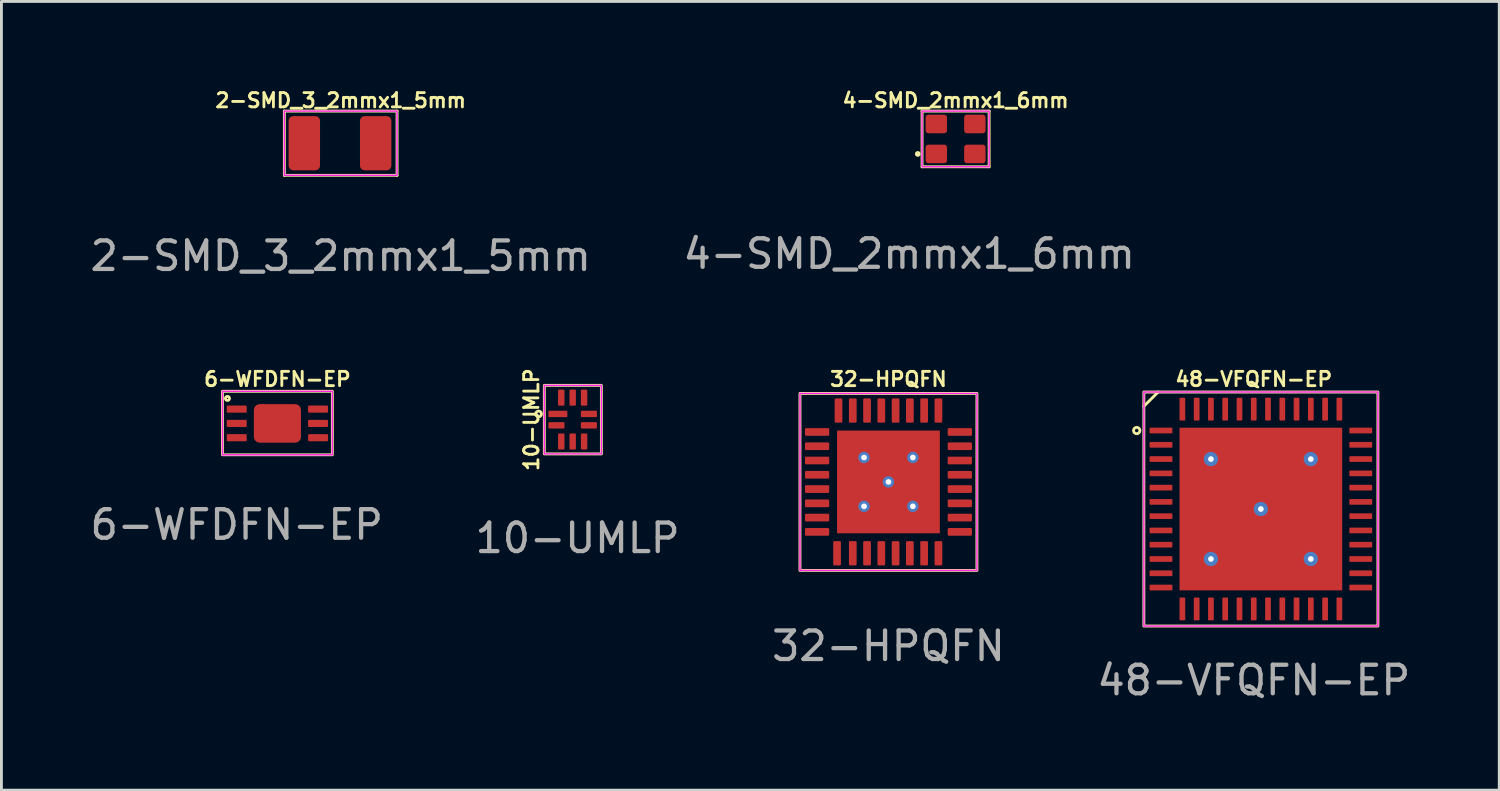
<source format=kicad_pcb>
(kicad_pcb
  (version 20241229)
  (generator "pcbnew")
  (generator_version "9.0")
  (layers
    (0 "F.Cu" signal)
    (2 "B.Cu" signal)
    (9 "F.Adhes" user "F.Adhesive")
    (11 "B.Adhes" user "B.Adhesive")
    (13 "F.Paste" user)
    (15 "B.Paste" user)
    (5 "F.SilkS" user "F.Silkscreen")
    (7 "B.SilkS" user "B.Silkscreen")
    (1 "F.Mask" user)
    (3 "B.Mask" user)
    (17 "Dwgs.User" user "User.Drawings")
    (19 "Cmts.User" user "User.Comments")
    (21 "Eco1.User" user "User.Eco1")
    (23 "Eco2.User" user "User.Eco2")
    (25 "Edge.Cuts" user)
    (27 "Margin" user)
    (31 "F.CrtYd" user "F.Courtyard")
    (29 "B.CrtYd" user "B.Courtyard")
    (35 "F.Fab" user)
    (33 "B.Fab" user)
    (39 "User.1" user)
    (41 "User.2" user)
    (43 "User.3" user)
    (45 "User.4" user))
  (footprint "32-HPQFN"
    (layer "F.Cu")
    (at 28.077 13.834)
    (property "Reference" "32-HPQFN" (at 0 -3.6 0) (unlocked yes) (layer "F.SilkS") (effects (font (size 0.5 0.5) (thickness 0.1))))
    (attr smd)
    (fp_rect (start -3.1 -3.1) (end 3.1 3.1) (stroke (width 0.1) (type default)) (fill no) (layer "F.SilkS"))
    (fp_rect (start -1.575 -1.575) (end -0.135 -0.135) (stroke (width 0.1) (type solid)) (fill yes) (layer "F.Paste"))
    (fp_rect (start -1.575 0.135) (end -0.135 1.575) (stroke (width 0.1) (type solid)) (fill yes) (layer "F.Paste"))
    (fp_rect (start 0.135 -1.575) (end 1.575 -0.135) (stroke (width 0.1) (type solid)) (fill yes) (layer "F.Paste"))
    (fp_rect (start 0.135 0.135) (end 1.575 1.575) (stroke (width 0.1) (type solid)) (fill yes) (layer "F.Paste"))
    (fp_rect (start -3.1 -3.1) (end 3.1 3.1) (stroke (width 0.05) (type default)) (fill no) (layer "F.CrtYd"))
    (fp_text user "${REFERENCE}" (at 0 5.75 0) (unlocked yes) (layer "F.Fab") (effects (font (size 1 1) (thickness 0.15))))
    (pad "1" smd roundrect (at -2.5 -1.75 90) (size 0.27 0.85) (layers "F.Cu" "F.Mask" "F.Paste") (roundrect_rratio 0.15))
    (pad "2" smd roundrect (at -2.5 -1.25 90) (size 0.27 0.85) (layers "F.Cu" "F.Mask" "F.Paste") (roundrect_rratio 0.15))
    (pad "3" smd roundrect (at -2.5 -0.75 90) (size 0.27 0.85) (layers "F.Cu" "F.Mask" "F.Paste") (roundrect_rratio 0.15))
    (pad "4" smd roundrect (at -2.5 -0.25 90) (size 0.27 0.85) (layers "F.Cu" "F.Mask" "F.Paste") (roundrect_rratio 0.15))
    (pad "5" smd roundrect (at -2.5 0.25 90) (size 0.27 0.85) (layers "F.Cu" "F.Mask" "F.Paste") (roundrect_rratio 0.15))
    (pad "6" smd roundrect (at -2.5 0.75 90) (size 0.27 0.85) (layers "F.Cu" "F.Mask" "F.Paste") (roundrect_rratio 0.15))
    (pad "7" smd roundrect (at -2.5 1.25 90) (size 0.27 0.85) (layers "F.Cu" "F.Mask" "F.Paste") (roundrect_rratio 0.15))
    (pad "8" smd roundrect (at -2.5 1.75 90) (size 0.27 0.85) (layers "F.Cu" "F.Mask" "F.Paste") (roundrect_rratio 0.15))
    (pad "9" smd roundrect (at -1.8 2.5 180) (size 0.27 0.85) (layers "F.Cu" "F.Mask" "F.Paste") (roundrect_rratio 0.15))
    (pad "10" smd roundrect (at -1.25 2.5 180) (size 0.27 0.85) (layers "F.Cu" "F.Mask" "F.Paste") (roundrect_rratio 0.15))
    (pad "11" smd roundrect (at -0.75 2.5 180) (size 0.27 0.85) (layers "F.Cu" "F.Mask" "F.Paste") (roundrect_rratio 0.15))
    (pad "12" smd roundrect (at -0.25 2.5 180) (size 0.27 0.85) (layers "F.Cu" "F.Mask" "F.Paste") (roundrect_rratio 0.15))
    (pad "13" smd roundrect (at 0.25 2.5 180) (size 0.27 0.85) (layers "F.Cu" "F.Mask" "F.Paste") (roundrect_rratio 0.15))
    (pad "14" smd roundrect (at 0.75 2.5 180) (size 0.27 0.85) (layers "F.Cu" "F.Mask" "F.Paste") (roundrect_rratio 0.15))
    (pad "15" smd roundrect (at 1.25 2.5 180) (size 0.27 0.85) (layers "F.Cu" "F.Mask" "F.Paste") (roundrect_rratio 0.15))
    (pad "16" smd roundrect (at 1.75 2.5 180) (size 0.27 0.85) (layers "F.Cu" "F.Mask" "F.Paste") (roundrect_rratio 0.15))
    (pad "17" smd roundrect (at 2.5 1.75 270) (size 0.27 0.85) (layers "F.Cu" "F.Mask" "F.Paste") (roundrect_rratio 0.15))
    (pad "18" smd roundrect (at 2.5 1.25 270) (size 0.27 0.85) (layers "F.Cu" "F.Mask" "F.Paste") (roundrect_rratio 0.15))
    (pad "19" smd roundrect (at 2.5 0.75 270) (size 0.27 0.85) (layers "F.Cu" "F.Mask" "F.Paste") (roundrect_rratio 0.15))
    (pad "20" smd roundrect (at 2.5 0.25 270) (size 0.27 0.85) (layers "F.Cu" "F.Mask" "F.Paste") (roundrect_rratio 0.15))
    (pad "21" smd roundrect (at 2.5 -0.25 270) (size 0.27 0.85) (layers "F.Cu" "F.Mask" "F.Paste") (roundrect_rratio 0.15))
    (pad "22" smd roundrect (at 2.5 -0.75 270) (size 0.27 0.85) (layers "F.Cu" "F.Mask" "F.Paste") (roundrect_rratio 0.15))
    (pad "23" smd roundrect (at 2.5 -1.25 270) (size 0.27 0.85) (layers "F.Cu" "F.Mask" "F.Paste") (roundrect_rratio 0.15))
    (pad "24" smd roundrect (at 2.5 -1.75 270) (size 0.27 0.85) (layers "F.Cu" "F.Mask" "F.Paste") (roundrect_rratio 0.15))
    (pad "25" smd roundrect (at 1.75 -2.5) (size 0.27 0.85) (layers "F.Cu" "F.Mask" "F.Paste") (roundrect_rratio 0.15))
    (pad "26" smd roundrect (at 1.25 -2.5) (size 0.27 0.85) (layers "F.Cu" "F.Mask" "F.Paste") (roundrect_rratio 0.15))
    (pad "27" smd roundrect (at 0.75 -2.5) (size 0.27 0.85) (layers "F.Cu" "F.Mask" "F.Paste") (roundrect_rratio 0.15))
    (pad "28" smd roundrect (at 0.25 -2.5) (size 0.27 0.85) (layers "F.Cu" "F.Mask" "F.Paste") (roundrect_rratio 0.15))
    (pad "29" smd roundrect (at -0.25 -2.5) (size 0.27 0.85) (layers "F.Cu" "F.Mask" "F.Paste") (roundrect_rratio 0.15))
    (pad "30" smd roundrect (at -0.75 -2.5) (size 0.27 0.85) (layers "F.Cu" "F.Mask" "F.Paste") (roundrect_rratio 0.15))
    (pad "31" smd roundrect (at -1.25 -2.5) (size 0.27 0.85) (layers "F.Cu" "F.Mask" "F.Paste") (roundrect_rratio 0.15))
    (pad "32" smd roundrect (at -1.75 -2.5) (size 0.27 0.85) (layers "F.Cu" "F.Mask" "F.Paste") (roundrect_rratio 0.15))
    (pad "33" thru_hole circle (at -0.855 -0.855) (size 0.4 0.4) (drill 0.2) (layers "*.Cu"))
    (pad "33" thru_hole circle (at -0.855 0.855) (size 0.4 0.4) (drill 0.2) (layers "*.Cu"))
    (pad "33" thru_hole circle (at 0 0) (size 0.4 0.4) (drill 0.2) (layers "*.Cu"))
    (pad "33" smd rect (at 0 0) (size 3.6 3.6) (layers "F.Cu" "F.Mask"))
    (pad "33" thru_hole circle (at 0.855 -0.855) (size 0.4 0.4) (drill 0.2) (layers "*.Cu"))
    (pad "33" thru_hole circle (at 0.855 0.855) (size 0.4 0.4) (drill 0.2) (layers "*.Cu")))
  (footprint "48-VFQFN-EP"
    (layer "F.Cu")
    (at 41.125 14.784)
    (property "Reference" "48-VFQFN-EP" (at -0.25 -4.55 0) (unlocked yes) (layer "F.SilkS") (effects (font (size 0.5 0.5) (thickness 0.1))))
    (attr smd)
    (fp_line (start -4.1 -3.6) (end -3.6 -4.1) (stroke (width 0.1) (type default)) (layer "F.SilkS"))
    (fp_rect (start -4.1 -4.1) (end 4.1 4.1) (stroke (width 0.1) (type default)) (fill no) (layer "F.SilkS"))
    (fp_circle (center -4.35 -2.75) (end -4.25 -2.7) (stroke (width 0.1) (type default)) (fill no) (layer "F.SilkS"))
    (fp_rect (start -4.1 -4.1) (end 4.1 4.1) (stroke (width 0.05) (type default)) (fill no) (layer "F.CrtYd"))
    (fp_text user "${REFERENCE}" (at -0.25 6 0) (unlocked yes) (layer "F.Fab") (effects (font (size 1 1) (thickness 0.15))))
    (pad "1" smd roundrect (at -3.5 -2.75 90) (size 0.2 0.8) (layers "F.Cu" "F.Mask" "F.Paste") (roundrect_rratio 0.15))
    (pad "2" smd roundrect (at -3.5 -2.25 90) (size 0.2 0.8) (layers "F.Cu" "F.Mask" "F.Paste") (roundrect_rratio 0.15))
    (pad "3" smd roundrect (at -3.5 -1.75 90) (size 0.2 0.8) (layers "F.Cu" "F.Mask" "F.Paste") (roundrect_rratio 0.15))
    (pad "4" smd roundrect (at -3.5 -1.25 90) (size 0.2 0.8) (layers "F.Cu" "F.Mask" "F.Paste") (roundrect_rratio 0.15))
    (pad "5" smd roundrect (at -3.5 -0.75 90) (size 0.2 0.8) (layers "F.Cu" "F.Mask" "F.Paste") (roundrect_rratio 0.15))
    (pad "6" smd roundrect (at -3.5 -0.25 90) (size 0.2 0.8) (layers "F.Cu" "F.Mask" "F.Paste") (roundrect_rratio 0.15))
    (pad "7" smd roundrect (at -3.5 0.25 90) (size 0.2 0.8) (layers "F.Cu" "F.Mask" "F.Paste") (roundrect_rratio 0.15))
    (pad "8" smd roundrect (at -3.5 0.75 90) (size 0.2 0.8) (layers "F.Cu" "F.Mask" "F.Paste") (roundrect_rratio 0.15))
    (pad "9" smd roundrect (at -3.5 1.25 90) (size 0.2 0.8) (layers "F.Cu" "F.Mask" "F.Paste") (roundrect_rratio 0.15))
    (pad "10" smd roundrect (at -3.5 1.75 90) (size 0.2 0.8) (layers "F.Cu" "F.Mask" "F.Paste") (roundrect_rratio 0.15))
    (pad "11" smd roundrect (at -3.5 2.25 90) (size 0.2 0.8) (layers "F.Cu" "F.Mask" "F.Paste") (roundrect_rratio 0.15))
    (pad "12" smd roundrect (at -3.5 2.75 90) (size 0.2 0.8) (layers "F.Cu" "F.Mask" "F.Paste") (roundrect_rratio 0.15))
    (pad "13" smd roundrect (at -2.75 3.5 180) (size 0.2 0.8) (layers "F.Cu" "F.Mask" "F.Paste") (roundrect_rratio 0.15))
    (pad "14" smd roundrect (at -2.25 3.5 180) (size 0.2 0.8) (layers "F.Cu" "F.Mask" "F.Paste") (roundrect_rratio 0.15))
    (pad "15" smd roundrect (at -1.75 3.5 180) (size 0.2 0.8) (layers "F.Cu" "F.Mask" "F.Paste") (roundrect_rratio 0.15))
    (pad "16" smd roundrect (at -1.25 3.5 180) (size 0.2 0.8) (layers "F.Cu" "F.Mask" "F.Paste") (roundrect_rratio 0.15))
    (pad "17" smd roundrect (at -0.75 3.5 180) (size 0.2 0.8) (layers "F.Cu" "F.Mask" "F.Paste") (roundrect_rratio 0.15))
    (pad "18" smd roundrect (at -0.25 3.5 180) (size 0.2 0.8) (layers "F.Cu" "F.Mask" "F.Paste") (roundrect_rratio 0.15))
    (pad "19" smd roundrect (at 0.25 3.5 180) (size 0.2 0.8) (layers "F.Cu" "F.Mask" "F.Paste") (roundrect_rratio 0.15))
    (pad "20" smd roundrect (at 0.75 3.5 180) (size 0.2 0.8) (layers "F.Cu" "F.Mask" "F.Paste") (roundrect_rratio 0.15))
    (pad "21" smd roundrect (at 1.25 3.5 180) (size 0.2 0.8) (layers "F.Cu" "F.Mask" "F.Paste") (roundrect_rratio 0.15))
    (pad "22" smd roundrect (at 1.75 3.5 180) (size 0.2 0.8) (layers "F.Cu" "F.Mask" "F.Paste") (roundrect_rratio 0.15))
    (pad "23" smd roundrect (at 2.25 3.5 180) (size 0.2 0.8) (layers "F.Cu" "F.Mask" "F.Paste") (roundrect_rratio 0.15))
    (pad "24" smd roundrect (at 2.75 3.5 180) (size 0.2 0.8) (layers "F.Cu" "F.Mask" "F.Paste") (roundrect_rratio 0.15))
    (pad "25" smd roundrect (at 3.5 2.75 270) (size 0.2 0.8) (layers "F.Cu" "F.Mask" "F.Paste") (roundrect_rratio 0.15))
    (pad "26" smd roundrect (at 3.5 2.25 270) (size 0.2 0.8) (layers "F.Cu" "F.Mask" "F.Paste") (roundrect_rratio 0.15))
    (pad "27" smd roundrect (at 3.5 1.75 270) (size 0.2 0.8) (layers "F.Cu" "F.Mask" "F.Paste") (roundrect_rratio 0.15))
    (pad "28" smd roundrect (at 3.5 1.25 270) (size 0.2 0.8) (layers "F.Cu" "F.Mask" "F.Paste") (roundrect_rratio 0.15))
    (pad "29" smd roundrect (at 3.5 0.75 270) (size 0.2 0.8) (layers "F.Cu" "F.Mask" "F.Paste") (roundrect_rratio 0.15))
    (pad "30" smd roundrect (at 3.5 0.25 270) (size 0.2 0.8) (layers "F.Cu" "F.Mask" "F.Paste") (roundrect_rratio 0.15))
    (pad "31" smd roundrect (at 3.5 -0.25 270) (size 0.2 0.8) (layers "F.Cu" "F.Mask" "F.Paste") (roundrect_rratio 0.15))
    (pad "32" smd roundrect (at 3.5 -0.75 270) (size 0.2 0.8) (layers "F.Cu" "F.Mask" "F.Paste") (roundrect_rratio 0.15))
    (pad "33" smd roundrect (at 3.5 -1.25 270) (size 0.2 0.8) (layers "F.Cu" "F.Mask" "F.Paste") (roundrect_rratio 0.15))
    (pad "34" smd roundrect (at 3.5 -1.75 270) (size 0.2 0.8) (layers "F.Cu" "F.Mask" "F.Paste") (roundrect_rratio 0.15))
    (pad "35" smd roundrect (at 3.5 -2.25 270) (size 0.2 0.8) (layers "F.Cu" "F.Mask" "F.Paste") (roundrect_rratio 0.15))
    (pad "36" smd roundrect (at 3.5 -2.75 270) (size 0.2 0.8) (layers "F.Cu" "F.Mask" "F.Paste") (roundrect_rratio 0.15))
    (pad "37" smd roundrect (at 2.75 -3.5) (size 0.2 0.8) (layers "F.Cu" "F.Mask" "F.Paste") (roundrect_rratio 0.15))
    (pad "38" smd roundrect (at 2.25 -3.5) (size 0.2 0.8) (layers "F.Cu" "F.Mask" "F.Paste") (roundrect_rratio 0.15))
    (pad "39" smd roundrect (at 1.75 -3.5) (size 0.2 0.8) (layers "F.Cu" "F.Mask" "F.Paste") (roundrect_rratio 0.15))
    (pad "40" smd roundrect (at 1.25 -3.5) (size 0.2 0.8) (layers "F.Cu" "F.Mask" "F.Paste") (roundrect_rratio 0.15))
    (pad "41" smd roundrect (at 0.75 -3.5) (size 0.2 0.8) (layers "F.Cu" "F.Mask" "F.Paste") (roundrect_rratio 0.15))
    (pad "42" smd roundrect (at 0.25 -3.5) (size 0.2 0.8) (layers "F.Cu" "F.Mask" "F.Paste") (roundrect_rratio 0.15))
    (pad "43" smd roundrect (at -0.25 -3.5) (size 0.2 0.8) (layers "F.Cu" "F.Mask" "F.Paste") (roundrect_rratio 0.15))
    (pad "44" smd roundrect (at -0.75 -3.5) (size 0.2 0.8) (layers "F.Cu" "F.Mask" "F.Paste") (roundrect_rratio 0.15))
    (pad "45" smd roundrect (at -1.25 -3.5) (size 0.2 0.8) (layers "F.Cu" "F.Mask" "F.Paste") (roundrect_rratio 0.15))
    (pad "46" smd roundrect (at -1.75 -3.5) (size 0.2 0.8) (layers "F.Cu" "F.Mask" "F.Paste") (roundrect_rratio 0.15))
    (pad "47" smd roundrect (at -2.25 -3.5) (size 0.2 0.8) (layers "F.Cu" "F.Mask" "F.Paste") (roundrect_rratio 0.15))
    (pad "48" smd roundrect (at -2.75 -3.5) (size 0.2 0.8) (layers "F.Cu" "F.Mask" "F.Paste") (roundrect_rratio 0.15))
    (pad "49" thru_hole circle (at -1.75 -1.75) (size 0.5 0.5) (drill 0.2) (layers "*.Cu"))
    (pad "49" thru_hole circle (at -1.75 1.75) (size 0.5 0.5) (drill 0.2) (layers "*.Cu"))
    (pad "49" thru_hole circle (at 0 0) (size 0.5 0.5) (drill 0.2) (layers "*.Cu"))
    (pad "49" smd rect (at 0 0) (size 5.7 5.7) (layers "F.Cu" "F.Mask" "F.Paste"))
    (pad "49" thru_hole circle (at 1.75 -1.75) (size 0.5 0.5) (drill 0.2) (layers "*.Cu"))
    (pad "49" thru_hole circle (at 1.75 1.75) (size 0.5 0.5) (drill 0.2) (layers "*.Cu")))
  (footprint "2-SMD_3_2mmx1_5mm"
    (layer "F.Cu")
    (at 8.887 1.968)
    (property "Reference" "2-SMD_3_2mmx1_5mm" (at 0 -1.5 0) (unlocked yes) (layer "F.SilkS") (effects (font (size 0.5 0.5) (thickness 0.1))))
    (attr smd)
    (fp_line (start -1.975 -1.125) (end -1.975 1.125) (stroke (width 0.1) (type default)) (layer "F.SilkS"))
    (fp_line (start 1.975 -1.125) (end -1.975 -1.125) (stroke (width 0.1) (type default)) (layer "F.SilkS"))
    (fp_line (start 1.975 -1.125) (end 1.975 1.125) (stroke (width 0.1) (type default)) (layer "F.SilkS"))
    (fp_line (start 1.975 1.125) (end -1.975 1.125) (stroke (width 0.1) (type default)) (layer "F.SilkS"))
    (fp_rect (start -1.975 -1.125) (end 1.975 1.125) (stroke (width 0.05) (type default)) (fill no) (layer "F.CrtYd"))
    (fp_text user "${REFERENCE}" (at 0 3.95 0) (unlocked yes) (layer "F.Fab") (effects (font (size 1 1) (thickness 0.15))))
    (pad "1" smd roundrect (at -1.275 0) (size 1.1 1.9) (layers "F.Cu" "F.Mask" "F.Paste") (roundrect_rratio 0.15))
    (pad "2" smd roundrect (at 1.225 0) (size 1.1 1.9) (layers "F.Cu" "F.Mask" "F.Paste") (roundrect_rratio 0.15)))
  (footprint "6-WFDFN-EP"
    (layer "F.Cu")
    (at 6.669 11.784)
    (property "Reference" "6-WFDFN-EP" (at 0 -1.55 0) (unlocked yes) (layer "F.SilkS") (effects (font (size 0.5 0.5) (thickness 0.1))))
    (attr smd)
    (fp_rect (start -1.925 -1.125) (end 1.925 1.1) (stroke (width 0.1) (type default)) (fill no) (layer "F.SilkS"))
    (fp_circle (center -1.75 -0.875) (end -1.7 -0.825) (stroke (width 0.1) (type default)) (fill no) (layer "F.SilkS"))
    (fp_rect (start -1.925 -1.125) (end 1.925 1.1) (stroke (width 0.05) (type default)) (fill no) (layer "F.CrtYd"))
    (fp_text user "${REFERENCE}" (at -1.425 3.55 0) (unlocked yes) (layer "F.Fab") (effects (font (size 1 1) (thickness 0.15))))
    (pad "1" smd roundrect (at -1.425 -0.5) (size 0.7 0.25) (layers "F.Cu" "F.Mask" "F.Paste") (roundrect_rratio 0.15))
    (pad "2" smd roundrect (at -1.425 0) (size 0.7 0.25) (layers "F.Cu" "F.Mask" "F.Paste") (roundrect_rratio 0.15))
    (pad "3" smd roundrect (at -1.425 0.5) (size 0.7 0.25) (layers "F.Cu" "F.Mask" "F.Paste") (roundrect_rratio 0.15))
    (pad "4" smd roundrect (at 1.425 0.5) (size 0.7 0.25) (layers "F.Cu" "F.Mask" "F.Paste") (roundrect_rratio 0.15))
    (pad "5" smd roundrect (at 1.425 0) (size 0.7 0.25) (layers "F.Cu" "F.Mask" "F.Paste") (roundrect_rratio 0.15))
    (pad "6" smd roundrect (at 1.425 -0.5) (size 0.7 0.25) (layers "F.Cu" "F.Mask" "F.Paste") (roundrect_rratio 0.15))
    (pad "7" smd roundrect (at 0 0) (size 1.65 1.35) (layers "F.Cu" "F.Mask" "F.Paste") (roundrect_rratio 0.15)))
  (footprint "10-UMLP"
    (layer "F.Cu")
    (at 17.02 11.652)
    (property "Reference" "10-UMLP" (at -1.45 0 90) (unlocked yes) (layer "F.SilkS") (effects (font (size 0.5 0.5) (thickness 0.1))))
    (attr smd)
    (fp_rect (start -1 -1.2) (end 1 1.2) (stroke (width 0.1) (type default)) (fill no) (layer "F.SilkS"))
    (fp_circle (center -1.2 -0.2) (end -1.1 -0.2) (stroke (width 0.1) (type default)) (fill no) (layer "F.SilkS"))
    (fp_rect (start -1 -1.2) (end 1 1.2) (stroke (width 0.05) (type default)) (fill no) (layer "F.CrtYd"))
    (fp_text user "${REFERENCE}" (at 0.165 4.15 0) (unlocked yes) (layer "F.Fab") (effects (font (size 1 1) (thickness 0.15))))
    (pad "1" smd roundrect (at -0.525 -0.2) (size 0.663 0.225) (layers "F.Cu" "F.Mask" "F.Paste") (roundrect_rratio 0.15))
    (pad "2" smd roundrect (at -0.575 0.2) (size 0.563 0.225) (layers "F.Cu" "F.Mask" "F.Paste") (roundrect_rratio 0.15))
    (pad "3" smd roundrect (at -0.406 0.767 270) (size 0.563 0.225) (layers "F.Cu" "F.Mask" "F.Paste") (roundrect_rratio 0.15))
    (pad "4" smd roundrect (at -0.006 0.767 270) (size 0.563 0.225) (layers "F.Cu" "F.Mask" "F.Paste") (roundrect_rratio 0.15))
    (pad "5" smd roundrect (at 0.394 0.767 270) (size 0.563 0.225) (layers "F.Cu" "F.Mask" "F.Paste") (roundrect_rratio 0.15))
    (pad "6" smd roundrect (at 0.562 0.2) (size 0.563 0.225) (layers "F.Cu" "F.Mask" "F.Paste") (roundrect_rratio 0.15))
    (pad "7" smd roundrect (at 0.562 -0.2) (size 0.563 0.225) (layers "F.Cu" "F.Mask" "F.Paste") (roundrect_rratio 0.15))
    (pad "8" smd roundrect (at 0.394 -0.77 90) (size 0.563 0.225) (layers "F.Cu" "F.Mask" "F.Paste") (roundrect_rratio 0.15))
    (pad "9" smd roundrect (at -0.006 -0.77 90) (size 0.563 0.225) (layers "F.Cu" "F.Mask" "F.Paste") (roundrect_rratio 0.15))
    (pad "10" smd roundrect (at -0.406 -0.77 90) (size 0.563 0.225) (layers "F.Cu" "F.Mask" "F.Paste") (roundrect_rratio 0.15)))
  (footprint "4-SMD_2mmx1_6mm"
    (layer "F.Cu")
    (at 30.429 1.818)
    (property "Reference" "4-SMD_2mmx1_6mm" (at 0 -1.35 0) (unlocked yes) (layer "F.SilkS") (effects (font (size 0.5 0.5) (thickness 0.1))))
    (attr smd)
    (fp_line (start -1.175 -0.975) (end -1.175 0.975) (stroke (width 0.1) (type default)) (layer "F.SilkS"))
    (fp_line (start 1.175 -0.975) (end -1.175 -0.975) (stroke (width 0.1) (type default)) (layer "F.SilkS"))
    (fp_line (start 1.175 -0.975) (end 1.175 0.975) (stroke (width 0.1) (type default)) (layer "F.SilkS"))
    (fp_line (start 1.175 0.975) (end -1.175 0.975) (stroke (width 0.1) (type default)) (layer "F.SilkS"))
    (fp_circle (center -1.325 0.525) (end -1.275 0.525) (stroke (width 0.1) (type default)) (fill no) (layer "F.SilkS"))
    (fp_rect (start -1.175 -0.975) (end 1.175 0.975) (stroke (width 0.05) (type default)) (fill no) (layer "F.CrtYd"))
    (fp_text user "${REFERENCE}" (at -1.625 4.025 0) (unlocked yes) (layer "F.Fab") (effects (font (size 1 1) (thickness 0.15))))
    (pad "1" smd roundrect (at -0.675 0.525) (size 0.75 0.65) (layers "F.Cu" "F.Mask" "F.Paste") (roundrect_rratio 0.15))
    (pad "2" smd roundrect (at 0.675 0.525) (size 0.75 0.65) (layers "F.Cu" "F.Mask" "F.Paste") (roundrect_rratio 0.15))
    (pad "3" smd roundrect (at 0.675 -0.525) (size 0.75 0.65) (layers "F.Cu" "F.Mask" "F.Paste") (roundrect_rratio 0.15))
    (pad "4" smd roundrect (at -0.675 -0.525) (size 0.75 0.65) (layers "F.Cu" "F.Mask" "F.Paste") (roundrect_rratio 0.15)))
  (gr_rect
    (start -3 -3)
    (end 49.476 24.633)
    (stroke (width 0.1) (type default))
    (fill no)
    (layer "Edge.Cuts")))
</source>
